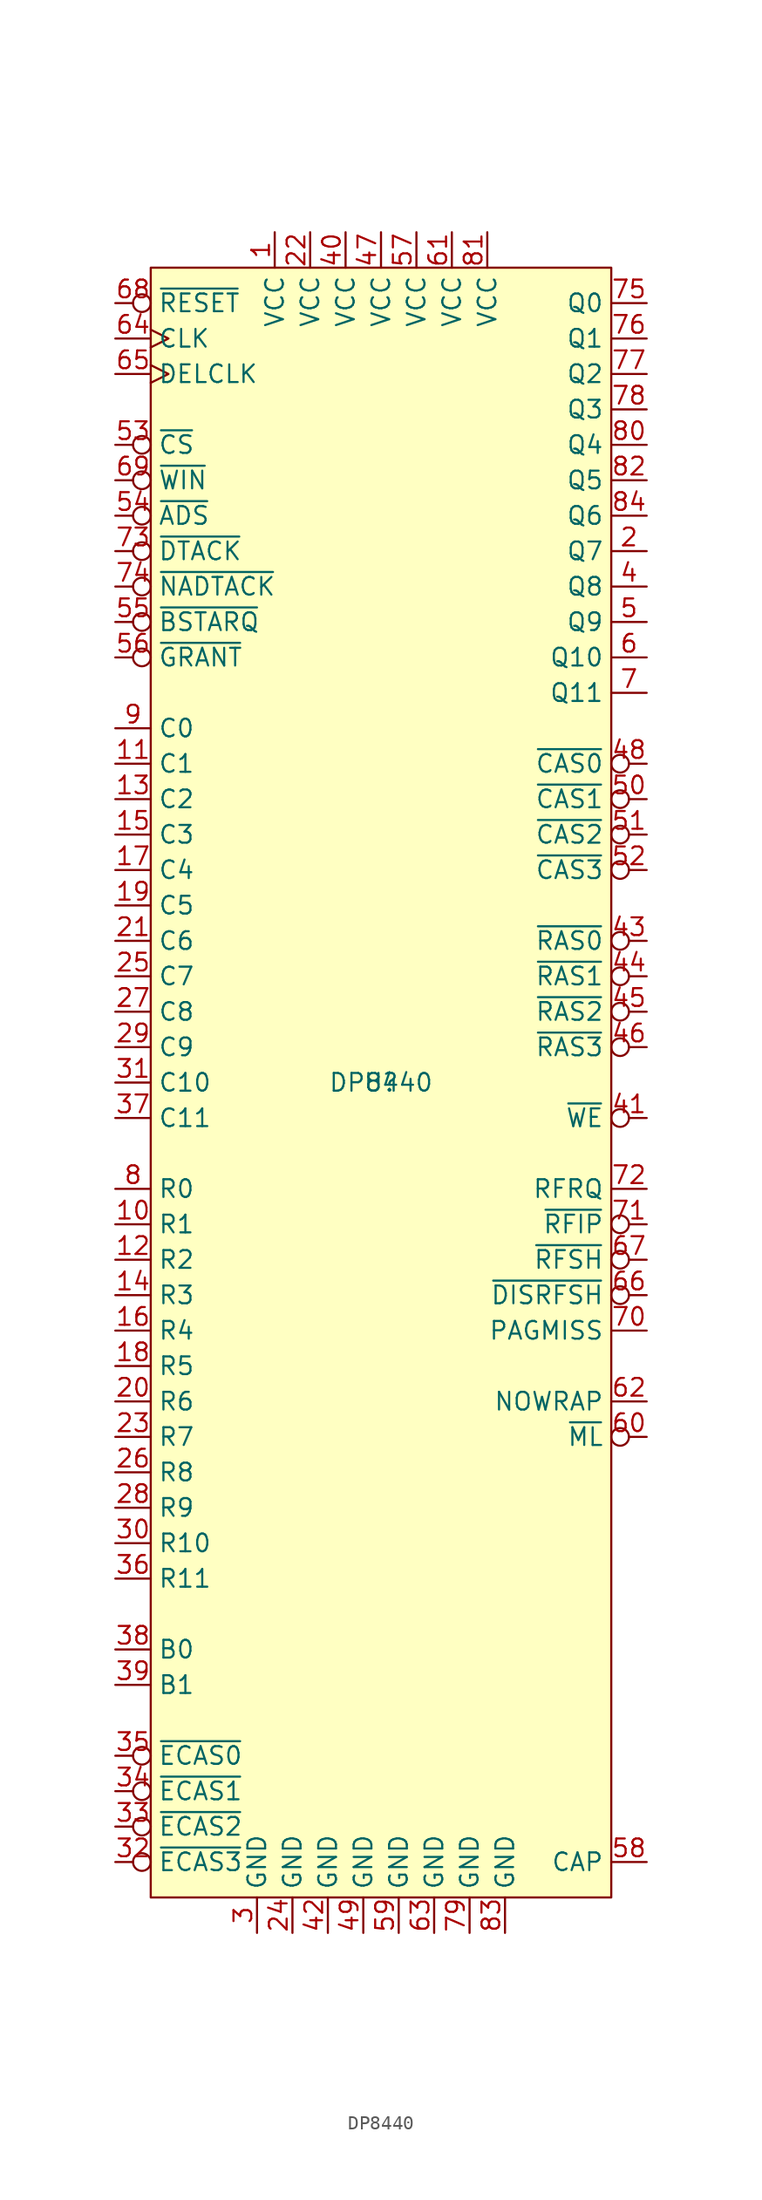
<source format=kicad_sym>
(kicad_symbol_lib
  (version 20220914)
  (generator kicad_symbol_editor)
  (symbol "DP8440"
    (property "Reference" "U"
      (at 0 0 0)
      (effects (font (size 1.27 1.27))))
    (property "Value" "DP8440"
      (at 0 0 0)
      (effects (font (size 1.27 1.27))))
    (symbol "DP8440_0_0"
      (pin power_in line (at -7.62 60.96 270) (length 2.54) (name "VCC" (effects (font (size 1.27 1.27)))) (number "1" (effects (font (size 1.27 1.27)))))
      (pin input line (at -19.05 -10.16 0) (length 2.54) (name "R1" (effects (font (size 1.27 1.27)))) (number "10" (effects (font (size 1.27 1.27)))))
      (pin input line (at -19.05 22.86 0) (length 2.54) (name "C1" (effects (font (size 1.27 1.27)))) (number "11" (effects (font (size 1.27 1.27)))))
      (pin input line (at -19.05 -12.7 0) (length 2.54) (name "R2" (effects (font (size 1.27 1.27)))) (number "12" (effects (font (size 1.27 1.27)))))
      (pin input line (at -19.05 20.32 0) (length 2.54) (name "C2" (effects (font (size 1.27 1.27)))) (number "13" (effects (font (size 1.27 1.27)))))
      (pin input line (at -19.05 -15.24 0) (length 2.54) (name "R3" (effects (font (size 1.27 1.27)))) (number "14" (effects (font (size 1.27 1.27)))))
      (pin input line (at -19.05 17.78 0) (length 2.54) (name "C3" (effects (font (size 1.27 1.27)))) (number "15" (effects (font (size 1.27 1.27)))))
      (pin input line (at -19.05 -17.78 0) (length 2.54) (name "R4" (effects (font (size 1.27 1.27)))) (number "16" (effects (font (size 1.27 1.27)))))
      (pin input line (at -19.05 15.24 0) (length 2.54) (name "C4" (effects (font (size 1.27 1.27)))) (number "17" (effects (font (size 1.27 1.27)))))
      (pin input line (at -19.05 -20.32 0) (length 2.54) (name "R5" (effects (font (size 1.27 1.27)))) (number "18" (effects (font (size 1.27 1.27)))))
      (pin input line (at -19.05 12.7 0) (length 2.54) (name "C5" (effects (font (size 1.27 1.27)))) (number "19" (effects (font (size 1.27 1.27)))))
      (pin output line (at 19.05 38.1 180) (length 2.54) (name "Q7" (effects (font (size 1.27 1.27)))) (number "2" (effects (font (size 1.27 1.27)))))
      (pin input line (at -19.05 -22.86 0) (length 2.54) (name "R6" (effects (font (size 1.27 1.27)))) (number "20" (effects (font (size 1.27 1.27)))))
      (pin input line (at -19.05 10.16 0) (length 2.54) (name "C6" (effects (font (size 1.27 1.27)))) (number "21" (effects (font (size 1.27 1.27)))))
      (pin power_in line (at -5.08 60.96 270) (length 2.54) (name "VCC" (effects (font (size 1.27 1.27)))) (number "22" (effects (font (size 1.27 1.27)))))
      (pin input line (at -19.05 -25.4 0) (length 2.54) (name "R7" (effects (font (size 1.27 1.27)))) (number "23" (effects (font (size 1.27 1.27)))))
      (pin power_in line (at -6.35 -60.96 90) (length 2.54) (name "GND" (effects (font (size 1.27 1.27)))) (number "24" (effects (font (size 1.27 1.27)))))
      (pin input line (at -19.05 7.62 0) (length 2.54) (name "C7" (effects (font (size 1.27 1.27)))) (number "25" (effects (font (size 1.27 1.27)))))
      (pin input line (at -19.05 -27.94 0) (length 2.54) (name "R8" (effects (font (size 1.27 1.27)))) (number "26" (effects (font (size 1.27 1.27)))))
      (pin input line (at -19.05 5.08 0) (length 2.54) (name "C8" (effects (font (size 1.27 1.27)))) (number "27" (effects (font (size 1.27 1.27)))))
      (pin input line (at -19.05 -30.48 0) (length 2.54) (name "R9" (effects (font (size 1.27 1.27)))) (number "28" (effects (font (size 1.27 1.27)))))
      (pin input line (at -19.05 2.54 0) (length 2.54) (name "C9" (effects (font (size 1.27 1.27)))) (number "29" (effects (font (size 1.27 1.27)))))
      (pin power_in line (at -8.89 -60.96 90) (length 2.54) (name "GND" (effects (font (size 1.27 1.27)))) (number "3" (effects (font (size 1.27 1.27)))))
      (pin input line (at -19.05 -33.02 0) (length 2.54) (name "R10" (effects (font (size 1.27 1.27)))) (number "30" (effects (font (size 1.27 1.27)))))
      (pin input line (at -19.05 0 0) (length 2.54) (name "C10" (effects (font (size 1.27 1.27)))) (number "31" (effects (font (size 1.27 1.27)))))
      (pin input inverted (at -19.05 -55.88 0) (length 2.54) (name "~{ECAS3}" (effects (font (size 1.27 1.27)))) (number "32" (effects (font (size 1.27 1.27)))))
      (pin input inverted (at -19.05 -53.34 0) (length 2.54) (name "~{ECAS2}" (effects (font (size 1.27 1.27)))) (number "33" (effects (font (size 1.27 1.27)))))
      (pin input inverted (at -19.05 -50.8 0) (length 2.54) (name "~{ECAS1}" (effects (font (size 1.27 1.27)))) (number "34" (effects (font (size 1.27 1.27)))))
      (pin input inverted (at -19.05 -48.26 0) (length 2.54) (name "~{ECAS0}" (effects (font (size 1.27 1.27)))) (number "35" (effects (font (size 1.27 1.27)))))
      (pin input line (at -19.05 -35.56 0) (length 2.54) (name "R11" (effects (font (size 1.27 1.27)))) (number "36" (effects (font (size 1.27 1.27)))))
      (pin input line (at -19.05 -2.54 0) (length 2.54) (name "C11" (effects (font (size 1.27 1.27)))) (number "37" (effects (font (size 1.27 1.27)))))
      (pin input line (at -19.05 -40.64 0) (length 2.54) (name "B0" (effects (font (size 1.27 1.27)))) (number "38" (effects (font (size 1.27 1.27)))))
      (pin input line (at -19.05 -43.18 0) (length 2.54) (name "B1" (effects (font (size 1.27 1.27)))) (number "39" (effects (font (size 1.27 1.27)))))
      (pin output line (at 19.05 35.56 180) (length 2.54) (name "Q8" (effects (font (size 1.27 1.27)))) (number "4" (effects (font (size 1.27 1.27)))))
      (pin power_in line (at -2.54 60.96 270) (length 2.54) (name "VCC" (effects (font (size 1.27 1.27)))) (number "40" (effects (font (size 1.27 1.27)))))
      (pin output inverted (at 19.05 -2.54 180) (length 2.54) (name "~{WE}" (effects (font (size 1.27 1.27)))) (number "41" (effects (font (size 1.27 1.27)))))
      (pin power_in line (at -3.81 -60.96 90) (length 2.54) (name "GND" (effects (font (size 1.27 1.27)))) (number "42" (effects (font (size 1.27 1.27)))))
      (pin output inverted (at 19.05 10.16 180) (length 2.54) (name "~{RAS0}" (effects (font (size 1.27 1.27)))) (number "43" (effects (font (size 1.27 1.27)))))
      (pin output inverted (at 19.05 7.62 180) (length 2.54) (name "~{RAS1}" (effects (font (size 1.27 1.27)))) (number "44" (effects (font (size 1.27 1.27)))))
      (pin output inverted (at 19.05 5.08 180) (length 2.54) (name "~{RAS2}" (effects (font (size 1.27 1.27)))) (number "45" (effects (font (size 1.27 1.27)))))
      (pin output inverted (at 19.05 2.54 180) (length 2.54) (name "~{RAS3}" (effects (font (size 1.27 1.27)))) (number "46" (effects (font (size 1.27 1.27)))))
      (pin power_in line (at 0 60.96 270) (length 2.54) (name "VCC" (effects (font (size 1.27 1.27)))) (number "47" (effects (font (size 1.27 1.27)))))
      (pin output inverted (at 19.05 22.86 180) (length 2.54) (name "~{CAS0}" (effects (font (size 1.27 1.27)))) (number "48" (effects (font (size 1.27 1.27)))))
      (pin power_in line (at -1.27 -60.96 90) (length 2.54) (name "GND" (effects (font (size 1.27 1.27)))) (number "49" (effects (font (size 1.27 1.27)))))
      (pin output line (at 19.05 33.02 180) (length 2.54) (name "Q9" (effects (font (size 1.27 1.27)))) (number "5" (effects (font (size 1.27 1.27)))))
      (pin output inverted (at 19.05 20.32 180) (length 2.54) (name "~{CAS1}" (effects (font (size 1.27 1.27)))) (number "50" (effects (font (size 1.27 1.27)))))
      (pin output inverted (at 19.05 17.78 180) (length 2.54) (name "~{CAS2}" (effects (font (size 1.27 1.27)))) (number "51" (effects (font (size 1.27 1.27)))))
      (pin output inverted (at 19.05 15.24 180) (length 2.54) (name "~{CAS3}" (effects (font (size 1.27 1.27)))) (number "52" (effects (font (size 1.27 1.27)))))
      (pin input inverted (at -19.05 45.72 0) (length 2.54) (name "~{CS}" (effects (font (size 1.27 1.27)))) (number "53" (effects (font (size 1.27 1.27)))))
      (pin input inverted (at -19.05 40.64 0) (length 2.54) (name "~{ADS}" (effects (font (size 1.27 1.27)))) (number "54" (effects (font (size 1.27 1.27)))))
      (pin input inverted (at -19.05 33.02 0) (length 2.54) (name "~{BSTARQ}" (effects (font (size 1.27 1.27)))) (number "55" (effects (font (size 1.27 1.27)))))
      (pin input inverted (at -19.05 30.48 0) (length 2.54) (name "~{GRANT}" (effects (font (size 1.27 1.27)))) (number "56" (effects (font (size 1.27 1.27)))))
      (pin power_in line (at 2.54 60.96 270) (length 2.54) (name "VCC" (effects (font (size 1.27 1.27)))) (number "57" (effects (font (size 1.27 1.27)))))
      (pin input line (at 19.05 -55.88 180) (length 2.54) (name "CAP" (effects (font (size 1.27 1.27)))) (number "58" (effects (font (size 1.27 1.27)))))
      (pin power_in line (at 1.27 -60.96 90) (length 2.54) (name "GND" (effects (font (size 1.27 1.27)))) (number "59" (effects (font (size 1.27 1.27)))))
      (pin output line (at 19.05 30.48 180) (length 2.54) (name "Q10" (effects (font (size 1.27 1.27)))) (number "6" (effects (font (size 1.27 1.27)))))
      (pin input inverted (at 19.05 -25.4 180) (length 2.54) (name "~{ML}" (effects (font (size 1.27 1.27)))) (number "60" (effects (font (size 1.27 1.27)))))
      (pin power_in line (at 5.08 60.96 270) (length 2.54) (name "VCC" (effects (font (size 1.27 1.27)))) (number "61" (effects (font (size 1.27 1.27)))))
      (pin input line (at 19.05 -22.86 180) (length 2.54) (name "NOWRAP" (effects (font (size 1.27 1.27)))) (number "62" (effects (font (size 1.27 1.27)))))
      (pin power_in line (at 3.81 -60.96 90) (length 2.54) (name "GND" (effects (font (size 1.27 1.27)))) (number "63" (effects (font (size 1.27 1.27)))))
      (pin input clock (at -19.05 53.34 0) (length 2.54) (name "CLK" (effects (font (size 1.27 1.27)))) (number "64" (effects (font (size 1.27 1.27)))))
      (pin input clock (at -19.05 50.8 0) (length 2.54) (name "DELCLK" (effects (font (size 1.27 1.27)))) (number "65" (effects (font (size 1.27 1.27)))))
      (pin input inverted (at 19.05 -15.24 180) (length 2.54) (name "~{DISRFSH}" (effects (font (size 1.27 1.27)))) (number "66" (effects (font (size 1.27 1.27)))))
      (pin input inverted (at 19.05 -12.7 180) (length 2.54) (name "~{RFSH}" (effects (font (size 1.27 1.27)))) (number "67" (effects (font (size 1.27 1.27)))))
      (pin input inverted (at -19.05 55.88 0) (length 2.54) (name "~{RESET}" (effects (font (size 1.27 1.27)))) (number "68" (effects (font (size 1.27 1.27)))))
      (pin input inverted (at -19.05 43.18 0) (length 2.54) (name "~{WIN}" (effects (font (size 1.27 1.27)))) (number "69" (effects (font (size 1.27 1.27)))))
      (pin output line (at 19.05 27.94 180) (length 2.54) (name "Q11" (effects (font (size 1.27 1.27)))) (number "7" (effects (font (size 1.27 1.27)))))
      (pin bidirectional line (at 19.05 -17.78 180) (length 2.54) (name "PAGMISS" (effects (font (size 1.27 1.27)))) (number "70" (effects (font (size 1.27 1.27)))))
      (pin output inverted (at 19.05 -10.16 180) (length 2.54) (name "~{RFIP}" (effects (font (size 1.27 1.27)))) (number "71" (effects (font (size 1.27 1.27)))))
      (pin output line (at 19.05 -7.62 180) (length 2.54) (name "RFRQ" (effects (font (size 1.27 1.27)))) (number "72" (effects (font (size 1.27 1.27)))))
      (pin output inverted (at -19.05 38.1 0) (length 2.54) (name "~{DTACK}" (effects (font (size 1.27 1.27)))) (number "73" (effects (font (size 1.27 1.27)))))
      (pin output inverted (at -19.05 35.56 0) (length 2.54) (name "~{NADTACK}" (effects (font (size 1.27 1.27)))) (number "74" (effects (font (size 1.27 1.27)))))
      (pin output line (at 19.05 55.88 180) (length 2.54) (name "Q0" (effects (font (size 1.27 1.27)))) (number "75" (effects (font (size 1.27 1.27)))))
      (pin output line (at 19.05 53.34 180) (length 2.54) (name "Q1" (effects (font (size 1.27 1.27)))) (number "76" (effects (font (size 1.27 1.27)))))
      (pin output line (at 19.05 50.8 180) (length 2.54) (name "Q2" (effects (font (size 1.27 1.27)))) (number "77" (effects (font (size 1.27 1.27)))))
      (pin output line (at 19.05 48.26 180) (length 2.54) (name "Q3" (effects (font (size 1.27 1.27)))) (number "78" (effects (font (size 1.27 1.27)))))
      (pin power_in line (at 6.35 -60.96 90) (length 2.54) (name "GND" (effects (font (size 1.27 1.27)))) (number "79" (effects (font (size 1.27 1.27)))))
      (pin input line (at -19.05 -7.62 0) (length 2.54) (name "R0" (effects (font (size 1.27 1.27)))) (number "8" (effects (font (size 1.27 1.27)))))
      (pin output line (at 19.05 45.72 180) (length 2.54) (name "Q4" (effects (font (size 1.27 1.27)))) (number "80" (effects (font (size 1.27 1.27)))))
      (pin power_in line (at 7.62 60.96 270) (length 2.54) (name "VCC" (effects (font (size 1.27 1.27)))) (number "81" (effects (font (size 1.27 1.27)))))
      (pin output line (at 19.05 43.18 180) (length 2.54) (name "Q5" (effects (font (size 1.27 1.27)))) (number "82" (effects (font (size 1.27 1.27)))))
      (pin power_in line (at 8.89 -60.96 90) (length 2.54) (name "GND" (effects (font (size 1.27 1.27)))) (number "83" (effects (font (size 1.27 1.27)))))
      (pin output line (at 19.05 40.64 180) (length 2.54) (name "Q6" (effects (font (size 1.27 1.27)))) (number "84" (effects (font (size 1.27 1.27)))))
      (pin input line (at -19.05 25.4 0) (length 2.54) (name "C0" (effects (font (size 1.27 1.27)))) (number "9" (effects (font (size 1.27 1.27))))))
    (symbol "DP8440_1_1"
      (rectangle (start -16.51 58.42) (end 16.51 -58.42) (stroke (width 0) (type default)) (fill (type background))))))
</source>
